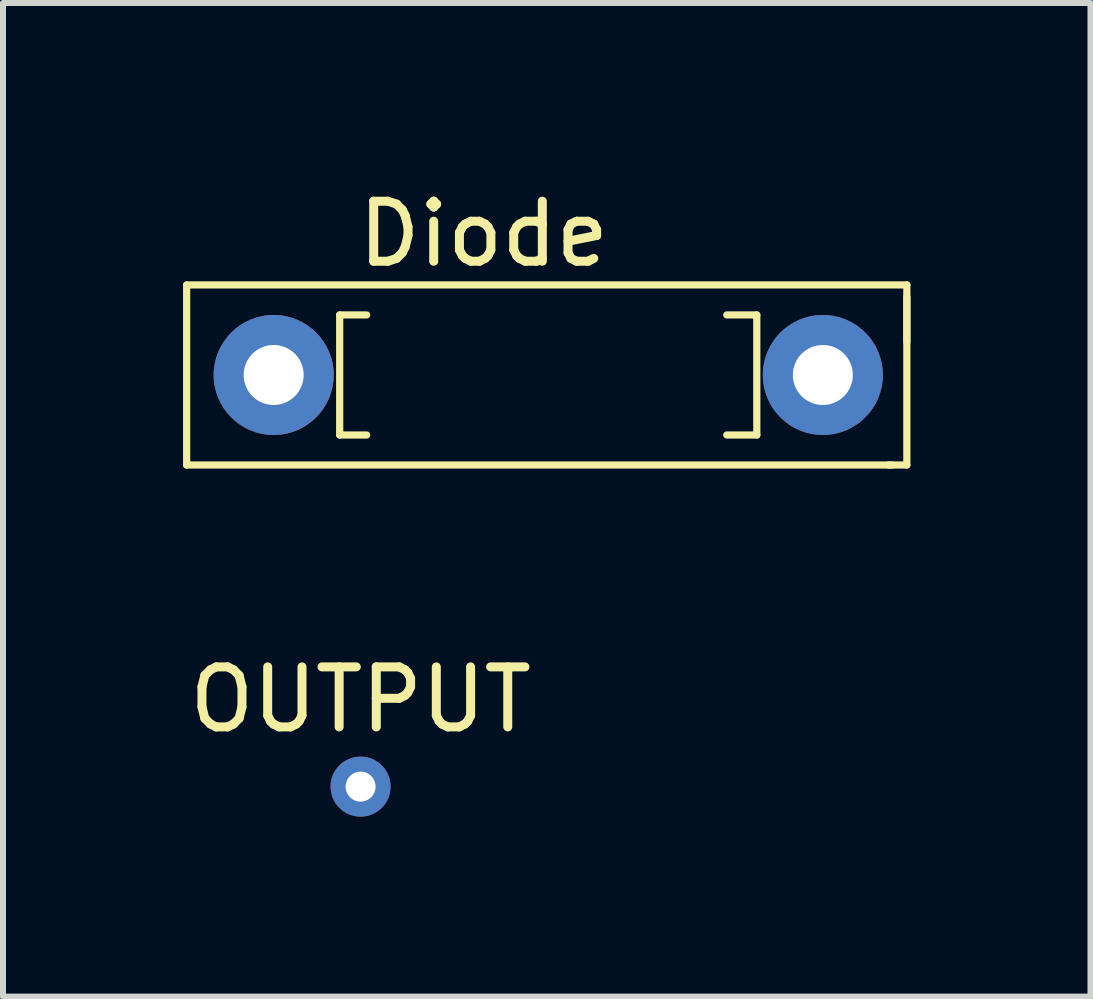
<source format=kicad_pcb>
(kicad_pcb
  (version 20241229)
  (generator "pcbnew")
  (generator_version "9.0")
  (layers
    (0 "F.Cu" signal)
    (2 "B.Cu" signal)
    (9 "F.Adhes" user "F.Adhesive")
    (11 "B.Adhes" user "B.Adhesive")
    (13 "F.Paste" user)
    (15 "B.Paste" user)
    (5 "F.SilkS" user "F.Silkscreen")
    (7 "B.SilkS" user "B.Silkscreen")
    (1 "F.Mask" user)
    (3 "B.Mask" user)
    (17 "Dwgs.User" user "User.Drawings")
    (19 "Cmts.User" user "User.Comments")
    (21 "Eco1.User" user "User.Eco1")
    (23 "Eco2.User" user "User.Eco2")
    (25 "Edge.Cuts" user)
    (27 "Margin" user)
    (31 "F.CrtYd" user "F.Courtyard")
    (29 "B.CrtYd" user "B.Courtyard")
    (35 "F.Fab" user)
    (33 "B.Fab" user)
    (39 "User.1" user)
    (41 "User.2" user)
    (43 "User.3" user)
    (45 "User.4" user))
  (footprint "OUTPUT"
    (layer "F.Cu")
    (at 2.958 8.107)
    (property "Reference" "OUTPUT" (at 0 0.5 0) (layer "F.SilkS") (effects (font (size 1 1) (thickness 0.15))))
    (attr through_hole)
    (pad "1" thru_hole circle (at 0 1.95) (size 1 1) (drill 0.5) (layers "*.Cu" "*.Mask")))
  (footprint "Diode"
    (layer "F.Cu")
    (at 1.56 3.198)
    (property "Reference" "Diode" (at 3.45 -2.35 0) (layer "F.SilkS") (effects (font (size 1 1) (thickness 0.15))))
    (attr through_hole)
    (fp_line (start -1.5 -1.5) (end -1.5 1.5) (stroke (width 0.12) (type solid)) (layer "F.SilkS"))
    (fp_line (start -1.5 -1.5) (end 10.5 -1.5) (stroke (width 0.12) (type solid)) (layer "F.SilkS"))
    (fp_line (start -1.5 1.5) (end 10.25 1.5) (stroke (width 0.12) (type solid)) (layer "F.SilkS"))
    (fp_line (start 1.05 -1) (end 1.05 1) (stroke (width 0.12) (type solid)) (layer "F.SilkS"))
    (fp_line (start 1.05 1) (end 1.5 1) (stroke (width 0.12) (type solid)) (layer "F.SilkS"))
    (fp_line (start 1.5 -1) (end 1.05 -1) (stroke (width 0.12) (type solid)) (layer "F.SilkS"))
    (fp_line (start 7.5 -1) (end 8 -1) (stroke (width 0.12) (type solid)) (layer "F.SilkS"))
    (fp_line (start 7.5 1) (end 8 1) (stroke (width 0.12) (type solid)) (layer "F.SilkS"))
    (fp_line (start 8 -1) (end 8 1) (stroke (width 0.12) (type solid)) (layer "F.SilkS"))
    (fp_line (start 10.2 1.5) (end 10.5 1.5) (stroke (width 0.12) (type solid)) (layer "F.SilkS"))
    (fp_line (start 10.5 -1.5) (end 10.5 -0.55) (stroke (width 0.12) (type solid)) (layer "F.SilkS"))
    (fp_line (start 10.5 1.5) (end 10.5 -1.3) (stroke (width 0.12) (type solid)) (layer "F.SilkS"))
    (pad "1" thru_hole circle (at -0.05 0) (size 2 2) (drill 1) (layers "*.Cu" "*.Mask"))
    (pad "2" thru_hole circle (at 9.1 0) (size 2 2) (drill 1) (layers "*.Cu" "*.Mask")))
  (gr_rect
    (start -3 -3)
    (end 15.12 13.556)
    (stroke (width 0.1) (type default))
    (fill no)
    (layer "Edge.Cuts")))
</source>
